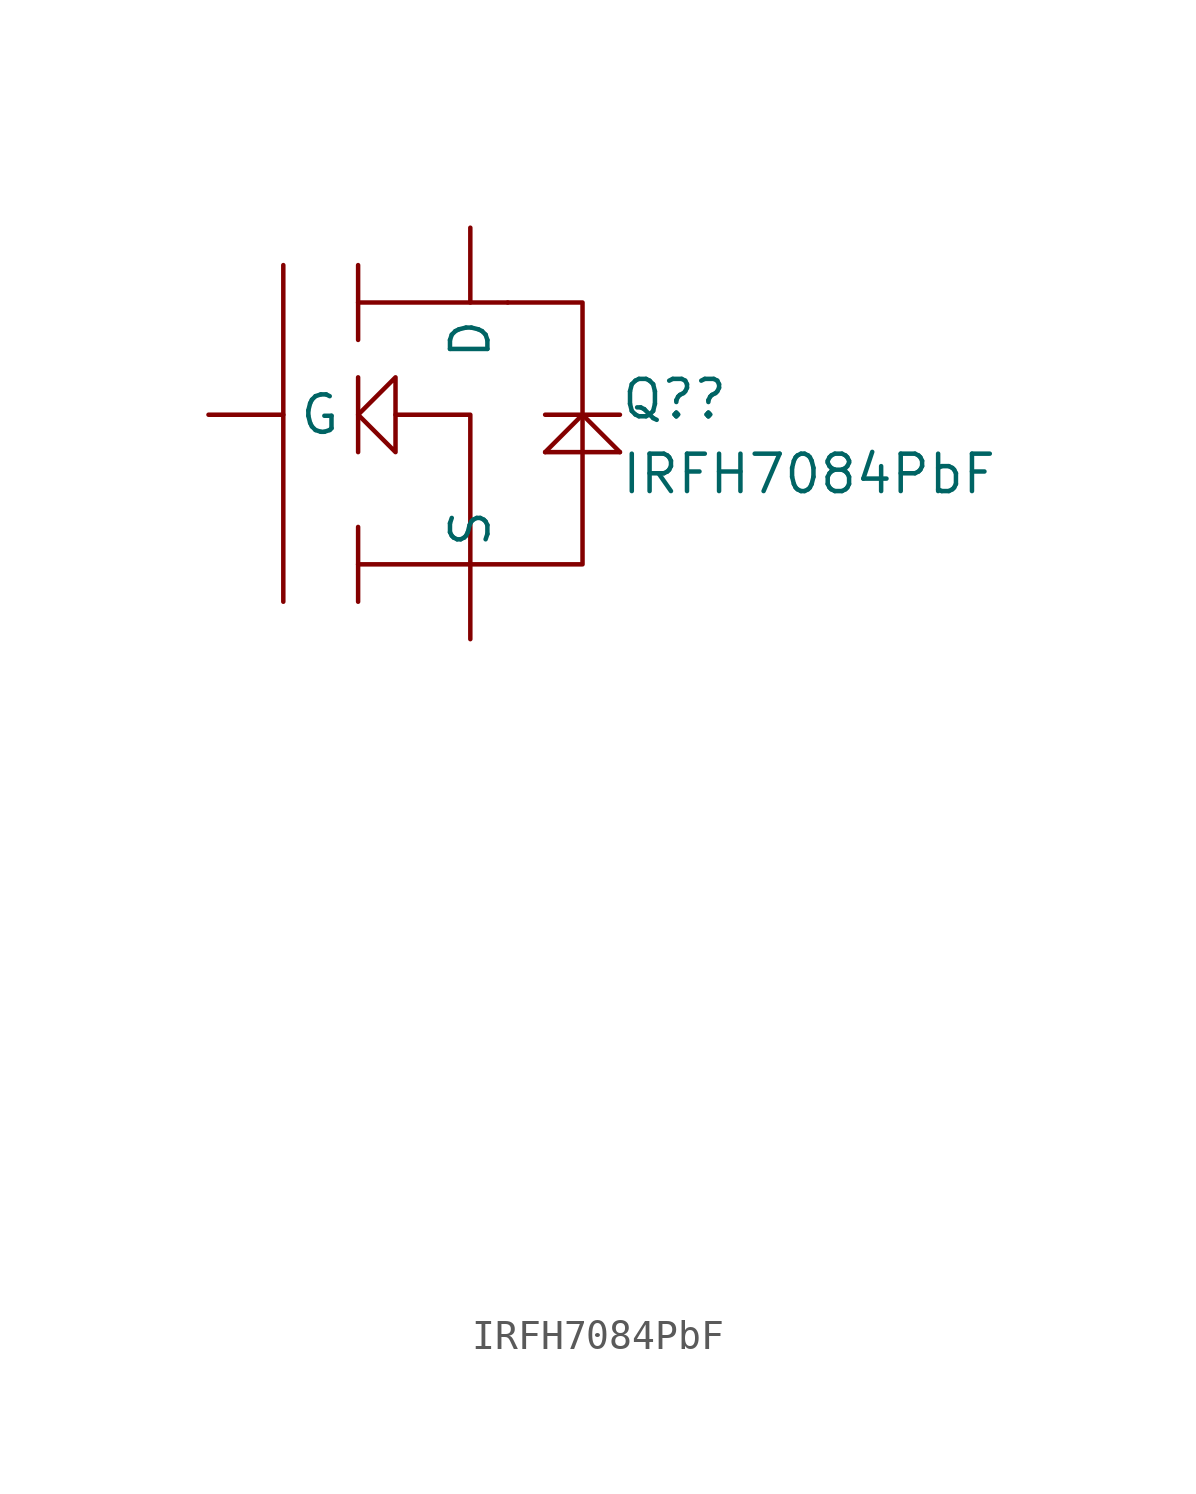
<source format=kicad_sym>
(kicad_symbol_lib
  (version 20211014)
  (generator kicad_symbol_editor)
  (symbol "IRFH7084PbF"
    (pin_numbers hide)
    (property "Reference" "Q?"
      (at 5.08 1.27 0)
      (effects (font (size 1.27 1.27)) (justify left top)))
    (property "Value" "IRFH7084PbF"
      (at 5.08 -1.27 0)
      (effects (font (size 1.27 1.27)) (justify left top)))
    (symbol "IRFH7084PbF_0_0"
      (pin passive line (at 1.27 -26.67 0) (length 2.54) hide (name "S" (effects (font (size 1.27 1.27)))) (number "2" (effects (font (size 1.27 1.27)))))
      (pin passive line (at 1.27 -24.13 0) (length 2.54) hide (name "S" (effects (font (size 1.27 1.27)))) (number "3" (effects (font (size 1.27 1.27)))))
      (pin passive line (at 1.27 -21.59 0) (length 2.54) hide (name "D" (effects (font (size 1.27 1.27)))) (number "6" (effects (font (size 1.27 1.27)))))
      (pin passive line (at 1.27 -19.05 0) (length 2.54) hide (name "D" (effects (font (size 1.27 1.27)))) (number "7" (effects (font (size 1.27 1.27)))))
      (pin passive line (at 1.27 -16.51 0) (length 2.54) hide (name "D" (effects (font (size 1.27 1.27)))) (number "8" (effects (font (size 1.27 1.27))))))
    (symbol "IRFH7084PbF_0_1"
      (polyline (pts (xy -6.35 5.08) (xy -6.35 -6.35)) (stroke (width 0) (type default) (color 0 0 0 0)) (fill (type none)))
      (polyline (pts (xy -3.81 -3.81) (xy -3.81 -6.35)) (stroke (width 0) (type default) (color 0 0 0 0)) (fill (type none)))
      (polyline (pts (xy -3.81 1.27) (xy -3.81 -1.27)) (stroke (width 0) (type default) (color 0 0 0 0)) (fill (type none)))
      (polyline (pts (xy -3.81 3.81) (xy 1.27 3.81)) (stroke (width 0) (type default) (color 0 0 0 0)) (fill (type none)))
      (polyline (pts (xy -3.81 5.08) (xy -3.81 2.54)) (stroke (width 0) (type default) (color 0 0 0 0)) (fill (type none)))
      (polyline (pts (xy 2.54 -1.27) (xy 5.08 -1.27)) (stroke (width 0) (type default) (color 0 0 0 0)) (fill (type none)))
      (polyline (pts (xy 3.81 0) (xy 2.54 -1.27)) (stroke (width 0) (type default) (color 0 0 0 0)) (fill (type none)))
      (polyline (pts (xy 3.81 0) (xy 5.08 -1.27)) (stroke (width 0) (type default) (color 0 0 0 0)) (fill (type none)))
      (polyline (pts (xy 5.08 0) (xy 2.54 0)) (stroke (width 0) (type default) (color 0 0 0 0)) (fill (type none)))
      (polyline (pts (xy -3.81 -5.08) (xy 3.81 -5.08) (xy 3.81 -1.27)) (stroke (width 0) (type default) (color 0 0 0 0)) (fill (type none)))
      (polyline (pts (xy -2.54 0) (xy 0 0) (xy 0 -5.08)) (stroke (width 0) (type default) (color 0 0 0 0)) (fill (type none)))
      (polyline (pts (xy 3.81 -1.27) (xy 3.81 3.81) (xy 1.27 3.81)) (stroke (width 0) (type default) (color 0 0 0 0)) (fill (type none)))
      (polyline (pts (xy -3.81 0) (xy -2.54 1.27) (xy -2.54 -1.27) (xy -3.81 0)) (stroke (width 0) (type default) (color 0 0 0 0)) (fill (type none))))
    (symbol "IRFH7084PbF_1_1"
      (pin passive line (at 0 -7.62 90) (length 2.54) (name "S" (effects (font (size 1.27 1.27)))) (number "1" (effects (font (size 1.27 1.27)))))
      (pin passive line (at -8.89 0 0) (length 2.54) (name "G" (effects (font (size 1.27 1.27)))) (number "4" (effects (font (size 1.27 1.27)))))
      (pin passive line (at 0 6.35 270) (length 2.54) (name "D" (effects (font (size 1.27 1.27)))) (number "5" (effects (font (size 1.27 1.27))))))))
</source>
